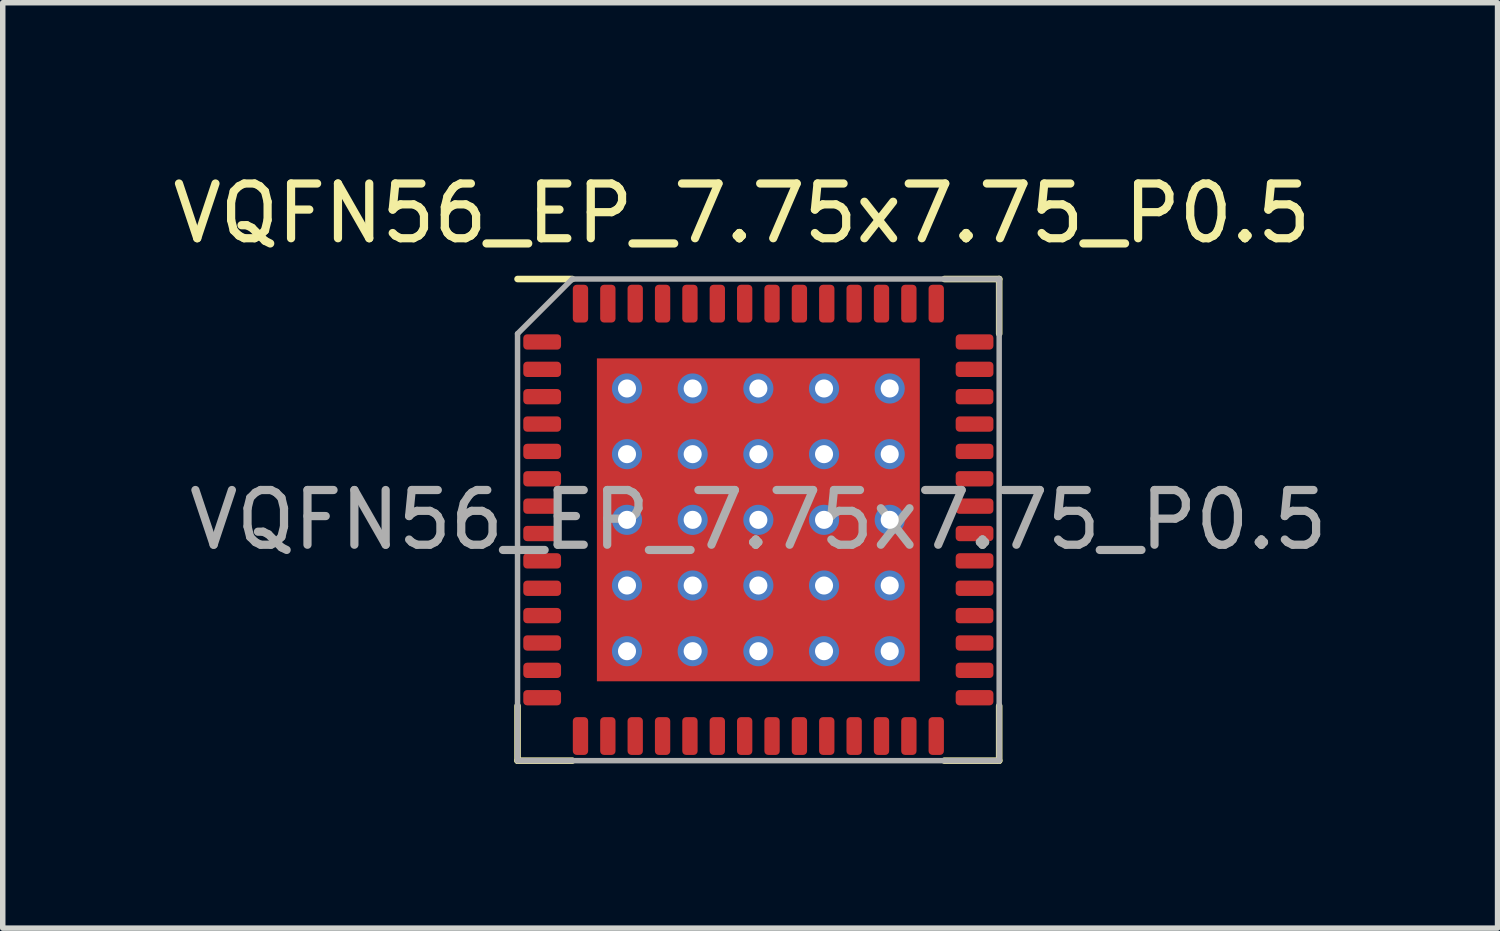
<source format=kicad_pcb>
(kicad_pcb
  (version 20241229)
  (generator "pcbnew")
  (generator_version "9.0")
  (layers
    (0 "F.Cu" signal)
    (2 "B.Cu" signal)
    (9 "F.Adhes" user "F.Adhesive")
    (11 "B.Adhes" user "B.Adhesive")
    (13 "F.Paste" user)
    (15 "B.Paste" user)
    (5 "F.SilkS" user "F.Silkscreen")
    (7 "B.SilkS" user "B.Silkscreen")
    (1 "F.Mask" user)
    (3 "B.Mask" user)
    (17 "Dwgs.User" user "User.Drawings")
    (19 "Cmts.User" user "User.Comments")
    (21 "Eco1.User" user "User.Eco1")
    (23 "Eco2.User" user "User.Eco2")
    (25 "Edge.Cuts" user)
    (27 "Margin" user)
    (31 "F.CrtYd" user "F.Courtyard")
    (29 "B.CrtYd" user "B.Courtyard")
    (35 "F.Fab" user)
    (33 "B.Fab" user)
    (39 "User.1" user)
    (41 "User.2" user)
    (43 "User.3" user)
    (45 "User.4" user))
  (footprint "VQFN56_EP_7.75x7.75_P0.5"
    (layer "F.Cu")
    (at 10.806 6.448)
    (property "Reference" "VQFN56_EP_7.75x7.75_P0.5" (at -0.3 -5.6 0) (unlocked yes) (layer "F.SilkS") (effects (font (size 1 1) (thickness 0.15))))
    (attr smd)
    (fp_line (start -4.4 3.4) (end -4.4 4.4) (stroke (width 0.12) (type solid)) (layer "F.SilkS"))
    (fp_line (start -4.4 4.4) (end -3.4 4.4) (stroke (width 0.12) (type solid)) (layer "F.SilkS"))
    (fp_line (start -3.4 -4.4) (end -4.4 -4.4) (stroke (width 0.12) (type solid)) (layer "F.SilkS"))
    (fp_line (start 3.4 4.4) (end 4.4 4.4) (stroke (width 0.12) (type solid)) (layer "F.SilkS"))
    (fp_line (start 4.4 -4.4) (end 3.4 -4.4) (stroke (width 0.12) (type solid)) (layer "F.SilkS"))
    (fp_line (start 4.4 -3.4) (end 4.4 -4.4) (stroke (width 0.12) (type solid)) (layer "F.SilkS"))
    (fp_line (start 4.4 4.4) (end 4.4 3.4) (stroke (width 0.12) (type solid)) (layer "F.SilkS"))
    (fp_line (start -4.4 -3.4) (end -4.4 4.4) (stroke (width 0.1) (type solid)) (layer "F.Fab"))
    (fp_line (start -4.4 4.4) (end 4.4 4.4) (stroke (width 0.1) (type solid)) (layer "F.Fab"))
    (fp_line (start -3.4 -4.4) (end -4.4 -3.4) (stroke (width 0.1) (type solid)) (layer "F.Fab"))
    (fp_line (start 4.4 -4.4) (end -3.4 -4.4) (stroke (width 0.1) (type solid)) (layer "F.Fab"))
    (fp_line (start 4.4 4.4) (end 4.4 -4.4) (stroke (width 0.1) (type solid)) (layer "F.Fab"))
    (fp_text user "${REFERENCE}" (at 0 0 0) (unlocked yes) (layer "F.Fab") (effects (font (size 1 1) (thickness 0.15))))
    (pad "" smd roundrect (at -1.8 -1.8) (size 1 1) (layers "F.Paste") (roundrect_rratio 0.25))
    (pad "" smd roundrect (at -1.8 -0.6) (size 1 1) (layers "F.Paste") (roundrect_rratio 0.25))
    (pad "" smd roundrect (at -1.8 0.6) (size 1 1) (layers "F.Paste") (roundrect_rratio 0.25))
    (pad "" smd roundrect (at -1.8 1.8) (size 1 1) (layers "F.Paste") (roundrect_rratio 0.25))
    (pad "" smd roundrect (at -0.6 -1.8) (size 1 1) (layers "F.Paste") (roundrect_rratio 0.25))
    (pad "" smd roundrect (at -0.6 -0.6) (size 1 1) (layers "F.Paste") (roundrect_rratio 0.25))
    (pad "" smd roundrect (at -0.6 0.6) (size 1 1) (layers "F.Paste") (roundrect_rratio 0.25))
    (pad "" smd roundrect (at -0.6 1.8) (size 1 1) (layers "F.Paste") (roundrect_rratio 0.25))
    (pad "" smd roundrect (at 0.6 -1.8) (size 1 1) (layers "F.Paste") (roundrect_rratio 0.25))
    (pad "" smd roundrect (at 0.6 -0.6) (size 1 1) (layers "F.Paste") (roundrect_rratio 0.25))
    (pad "" smd roundrect (at 0.6 0.6) (size 1 1) (layers "F.Paste") (roundrect_rratio 0.25))
    (pad "" smd roundrect (at 0.6 1.8) (size 1 1) (layers "F.Paste") (roundrect_rratio 0.25))
    (pad "" smd roundrect (at 1.8 -1.8) (size 1 1) (layers "F.Paste") (roundrect_rratio 0.25))
    (pad "" smd roundrect (at 1.8 -0.6) (size 1 1) (layers "F.Paste") (roundrect_rratio 0.25))
    (pad "" smd roundrect (at 1.8 0.6) (size 1 1) (layers "F.Paste") (roundrect_rratio 0.25))
    (pad "" smd roundrect (at 1.8 1.8) (size 1 1) (layers "F.Paste") (roundrect_rratio 0.25))
    (pad "1" smd roundrect (at -3.95 -3.25 90) (size 0.28 0.69) (layers "F.Cu" "F.Mask" "F.Paste") (roundrect_rratio 0.25))
    (pad "1" thru_hole circle (at -2.4 -2.4 90) (size 0.55 0.55) (drill 0.33) (layers "*.Cu" "F.Mask"))
    (pad "1" thru_hole circle (at -2.4 -1.2 90) (size 0.55 0.55) (drill 0.33) (layers "*.Cu" "F.Mask"))
    (pad "1" thru_hole circle (at -2.4 0 90) (size 0.55 0.55) (drill 0.33) (layers "*.Cu" "F.Mask"))
    (pad "1" thru_hole circle (at -2.4 1.2 90) (size 0.55 0.55) (drill 0.33) (layers "*.Cu" "F.Mask"))
    (pad "1" thru_hole circle (at -2.4 2.4 90) (size 0.55 0.55) (drill 0.33) (layers "*.Cu" "F.Mask"))
    (pad "1" thru_hole circle (at -1.2 -2.4 90) (size 0.55 0.55) (drill 0.33) (layers "*.Cu" "F.Mask"))
    (pad "1" thru_hole circle (at -1.2 -1.2 90) (size 0.55 0.55) (drill 0.33) (layers "*.Cu" "F.Mask"))
    (pad "1" thru_hole circle (at -1.2 0 90) (size 0.55 0.55) (drill 0.33) (layers "*.Cu" "F.Mask"))
    (pad "1" thru_hole circle (at -1.2 1.2 90) (size 0.55 0.55) (drill 0.33) (layers "*.Cu" "F.Mask"))
    (pad "1" thru_hole circle (at -1.2 2.4 90) (size 0.55 0.55) (drill 0.33) (layers "*.Cu" "F.Mask"))
    (pad "1" thru_hole circle (at 0 -2.4 90) (size 0.55 0.55) (drill 0.33) (layers "*.Cu" "F.Mask"))
    (pad "1" thru_hole circle (at 0 -1.2 90) (size 0.55 0.55) (drill 0.33) (layers "*.Cu" "F.Mask"))
    (pad "1" thru_hole circle (at 0 0 90) (size 0.55 0.55) (drill 0.33) (layers "*.Cu" "F.Mask"))
    (pad "1" thru_hole circle (at 0 1.2 90) (size 0.55 0.55) (drill 0.33) (layers "*.Cu" "F.Mask"))
    (pad "1" thru_hole circle (at 0 2.4 90) (size 0.55 0.55) (drill 0.33) (layers "*.Cu" "F.Mask"))
    (pad "1" thru_hole circle (at 1.2 -2.4 90) (size 0.55 0.55) (drill 0.33) (layers "*.Cu" "F.Mask"))
    (pad "1" thru_hole circle (at 1.2 -1.2 90) (size 0.55 0.55) (drill 0.33) (layers "*.Cu" "F.Mask"))
    (pad "1" thru_hole circle (at 1.2 0 90) (size 0.55 0.55) (drill 0.33) (layers "*.Cu" "F.Mask"))
    (pad "1" thru_hole circle (at 1.2 1.2 90) (size 0.55 0.55) (drill 0.33) (layers "*.Cu" "F.Mask"))
    (pad "1" thru_hole circle (at 1.2 2.4 90) (size 0.55 0.55) (drill 0.33) (layers "*.Cu" "F.Mask"))
    (pad "1" thru_hole circle (at 2.4 -2.4 90) (size 0.55 0.55) (drill 0.33) (layers "*.Cu" "F.Mask"))
    (pad "1" thru_hole circle (at 2.4 -1.2 90) (size 0.55 0.55) (drill 0.33) (layers "*.Cu" "F.Mask"))
    (pad "1" thru_hole circle (at 2.4 0 90) (size 0.55 0.55) (drill 0.33) (layers "*.Cu" "F.Mask"))
    (pad "1" thru_hole circle (at 2.4 1.2 90) (size 0.55 0.55) (drill 0.33) (layers "*.Cu" "F.Mask"))
    (pad "1" thru_hole circle (at 2.4 2.4 90) (size 0.55 0.55) (drill 0.33) (layers "*.Cu" "F.Mask"))
    (pad "2" smd roundrect (at -3.95 -2.75 90) (size 0.28 0.69) (layers "F.Cu" "F.Mask" "F.Paste") (roundrect_rratio 0.25))
    (pad "3" smd roundrect (at -3.95 -2.25 90) (size 0.28 0.69) (layers "F.Cu" "F.Mask" "F.Paste") (roundrect_rratio 0.25))
    (pad "4" smd roundrect (at -3.95 -1.75 90) (size 0.28 0.69) (layers "F.Cu" "F.Mask" "F.Paste") (roundrect_rratio 0.25))
    (pad "5" smd roundrect (at -3.95 -1.25 90) (size 0.28 0.69) (layers "F.Cu" "F.Mask" "F.Paste") (roundrect_rratio 0.25))
    (pad "6" smd roundrect (at -3.95 -0.75 90) (size 0.28 0.69) (layers "F.Cu" "F.Mask" "F.Paste") (roundrect_rratio 0.25))
    (pad "7" smd roundrect (at -3.95 -0.25 90) (size 0.28 0.69) (layers "F.Cu" "F.Mask" "F.Paste") (roundrect_rratio 0.25))
    (pad "8" smd roundrect (at -3.95 0.25 90) (size 0.28 0.69) (layers "F.Cu" "F.Mask" "F.Paste") (roundrect_rratio 0.25))
    (pad "9" smd roundrect (at -3.95 0.75 90) (size 0.28 0.69) (layers "F.Cu" "F.Mask" "F.Paste") (roundrect_rratio 0.25))
    (pad "10" smd roundrect (at -3.95 1.25 90) (size 0.28 0.69) (layers "F.Cu" "F.Mask" "F.Paste") (roundrect_rratio 0.25))
    (pad "11" smd roundrect (at -3.95 1.75 90) (size 0.28 0.69) (layers "F.Cu" "F.Mask" "F.Paste") (roundrect_rratio 0.25))
    (pad "12" smd roundrect (at -3.95 2.25 90) (size 0.28 0.69) (layers "F.Cu" "F.Mask" "F.Paste") (roundrect_rratio 0.25))
    (pad "13" smd roundrect (at -3.95 2.75 90) (size 0.28 0.69) (layers "F.Cu" "F.Mask" "F.Paste") (roundrect_rratio 0.25))
    (pad "14" smd roundrect (at -3.95 3.25 90) (size 0.28 0.69) (layers "F.Cu" "F.Mask" "F.Paste") (roundrect_rratio 0.25))
    (pad "15" smd roundrect (at -3.25 3.95 180) (size 0.28 0.69) (layers "F.Cu" "F.Mask" "F.Paste") (roundrect_rratio 0.25))
    (pad "16" smd roundrect (at -2.75 3.95 180) (size 0.28 0.69) (layers "F.Cu" "F.Mask" "F.Paste") (roundrect_rratio 0.25))
    (pad "17" smd roundrect (at -2.25 3.95 180) (size 0.28 0.69) (layers "F.Cu" "F.Mask" "F.Paste") (roundrect_rratio 0.25))
    (pad "18" smd roundrect (at -1.75 3.95 180) (size 0.28 0.69) (layers "F.Cu" "F.Mask" "F.Paste") (roundrect_rratio 0.25))
    (pad "19" smd roundrect (at -1.25 3.95 180) (size 0.28 0.69) (layers "F.Cu" "F.Mask" "F.Paste") (roundrect_rratio 0.25))
    (pad "20" smd roundrect (at -0.75 3.95 180) (size 0.28 0.69) (layers "F.Cu" "F.Mask" "F.Paste") (roundrect_rratio 0.25))
    (pad "21" smd roundrect (at -0.25 3.95 180) (size 0.28 0.69) (layers "F.Cu" "F.Mask" "F.Paste") (roundrect_rratio 0.25))
    (pad "22" smd roundrect (at 0.25 3.95 180) (size 0.28 0.69) (layers "F.Cu" "F.Mask" "F.Paste") (roundrect_rratio 0.25))
    (pad "23" smd roundrect (at 0.75 3.95 180) (size 0.28 0.69) (layers "F.Cu" "F.Mask" "F.Paste") (roundrect_rratio 0.25))
    (pad "24" smd roundrect (at 1.25 3.95 180) (size 0.28 0.69) (layers "F.Cu" "F.Mask" "F.Paste") (roundrect_rratio 0.25))
    (pad "25" smd roundrect (at 1.75 3.95 180) (size 0.28 0.69) (layers "F.Cu" "F.Mask" "F.Paste") (roundrect_rratio 0.25))
    (pad "26" smd roundrect (at 2.25 3.95 180) (size 0.28 0.69) (layers "F.Cu" "F.Mask" "F.Paste") (roundrect_rratio 0.25))
    (pad "27" smd roundrect (at 2.75 3.95 180) (size 0.28 0.69) (layers "F.Cu" "F.Mask" "F.Paste") (roundrect_rratio 0.25))
    (pad "28" smd roundrect (at 3.25 3.95 180) (size 0.28 0.69) (layers "F.Cu" "F.Mask" "F.Paste") (roundrect_rratio 0.25))
    (pad "29" smd roundrect (at 3.95 3.25 90) (size 0.28 0.69) (layers "F.Cu" "F.Mask" "F.Paste") (roundrect_rratio 0.25))
    (pad "30" smd roundrect (at 3.95 2.75 90) (size 0.28 0.69) (layers "F.Cu" "F.Mask" "F.Paste") (roundrect_rratio 0.25))
    (pad "31" smd roundrect (at 3.95 2.25 90) (size 0.28 0.69) (layers "F.Cu" "F.Mask" "F.Paste") (roundrect_rratio 0.25))
    (pad "32" smd roundrect (at 3.95 1.75 90) (size 0.28 0.69) (layers "F.Cu" "F.Mask" "F.Paste") (roundrect_rratio 0.25))
    (pad "33" smd roundrect (at 3.95 1.25 90) (size 0.28 0.69) (layers "F.Cu" "F.Mask" "F.Paste") (roundrect_rratio 0.25))
    (pad "34" smd roundrect (at 3.95 0.75 90) (size 0.28 0.69) (layers "F.Cu" "F.Mask" "F.Paste") (roundrect_rratio 0.25))
    (pad "35" smd roundrect (at 3.95 0.25 90) (size 0.28 0.69) (layers "F.Cu" "F.Mask" "F.Paste") (roundrect_rratio 0.25))
    (pad "36" smd roundrect (at 3.95 -0.25 90) (size 0.28 0.69) (layers "F.Cu" "F.Mask" "F.Paste") (roundrect_rratio 0.25))
    (pad "37" smd roundrect (at 3.95 -0.75 90) (size 0.28 0.69) (layers "F.Cu" "F.Mask" "F.Paste") (roundrect_rratio 0.25))
    (pad "38" smd roundrect (at 3.95 -1.25 90) (size 0.28 0.69) (layers "F.Cu" "F.Mask" "F.Paste") (roundrect_rratio 0.25))
    (pad "39" smd roundrect (at 3.95 -1.75 90) (size 0.28 0.69) (layers "F.Cu" "F.Mask" "F.Paste") (roundrect_rratio 0.25))
    (pad "40" smd roundrect (at 3.95 -2.25 90) (size 0.28 0.69) (layers "F.Cu" "F.Mask" "F.Paste") (roundrect_rratio 0.25))
    (pad "41" smd roundrect (at 3.95 -2.75 90) (size 0.28 0.69) (layers "F.Cu" "F.Mask" "F.Paste") (roundrect_rratio 0.25))
    (pad "42" smd roundrect (at 3.95 -3.25 90) (size 0.28 0.69) (layers "F.Cu" "F.Mask" "F.Paste") (roundrect_rratio 0.25))
    (pad "43" smd roundrect (at 3.25 -3.95 180) (size 0.28 0.69) (layers "F.Cu" "F.Mask" "F.Paste") (roundrect_rratio 0.25))
    (pad "44" smd roundrect (at 2.75 -3.95 180) (size 0.28 0.69) (layers "F.Cu" "F.Mask" "F.Paste") (roundrect_rratio 0.25))
    (pad "45" smd roundrect (at 2.25 -3.95 180) (size 0.28 0.69) (layers "F.Cu" "F.Mask" "F.Paste") (roundrect_rratio 0.25))
    (pad "46" smd roundrect (at 1.75 -3.95 180) (size 0.28 0.69) (layers "F.Cu" "F.Mask" "F.Paste") (roundrect_rratio 0.25))
    (pad "47" smd roundrect (at 1.25 -3.95 180) (size 0.28 0.69) (layers "F.Cu" "F.Mask" "F.Paste") (roundrect_rratio 0.25))
    (pad "48" smd roundrect (at 0.75 -3.95 180) (size 0.28 0.69) (layers "F.Cu" "F.Mask" "F.Paste") (roundrect_rratio 0.25))
    (pad "49" smd roundrect (at 0.25 -3.95 180) (size 0.28 0.69) (layers "F.Cu" "F.Mask" "F.Paste") (roundrect_rratio 0.25))
    (pad "50" smd roundrect (at -0.25 -3.95 180) (size 0.28 0.69) (layers "F.Cu" "F.Mask" "F.Paste") (roundrect_rratio 0.25))
    (pad "51" smd roundrect (at -0.75 -3.95 180) (size 0.28 0.69) (layers "F.Cu" "F.Mask" "F.Paste") (roundrect_rratio 0.25))
    (pad "52" smd roundrect (at -1.25 -3.95 180) (size 0.28 0.69) (layers "F.Cu" "F.Mask" "F.Paste") (roundrect_rratio 0.25))
    (pad "53" smd roundrect (at -1.75 -3.95 180) (size 0.28 0.69) (layers "F.Cu" "F.Mask" "F.Paste") (roundrect_rratio 0.25))
    (pad "54" smd roundrect (at -2.25 -3.95 180) (size 0.28 0.69) (layers "F.Cu" "F.Mask" "F.Paste") (roundrect_rratio 0.25))
    (pad "55" smd roundrect (at -2.75 -3.95 180) (size 0.28 0.69) (layers "F.Cu" "F.Mask" "F.Paste") (roundrect_rratio 0.25))
    (pad "56" smd roundrect (at -3.25 -3.95 180) (size 0.28 0.69) (layers "F.Cu" "F.Mask" "F.Paste") (roundrect_rratio 0.25))
    (pad "57" smd rect (at 0 0 90) (size 5.9 5.9) (layers "F.Cu" "F.Mask")))
  (gr_rect
    (start -3 -3)
    (end 24.312 13.908)
    (stroke (width 0.1) (type default))
    (fill no)
    (layer "Edge.Cuts")))
</source>
